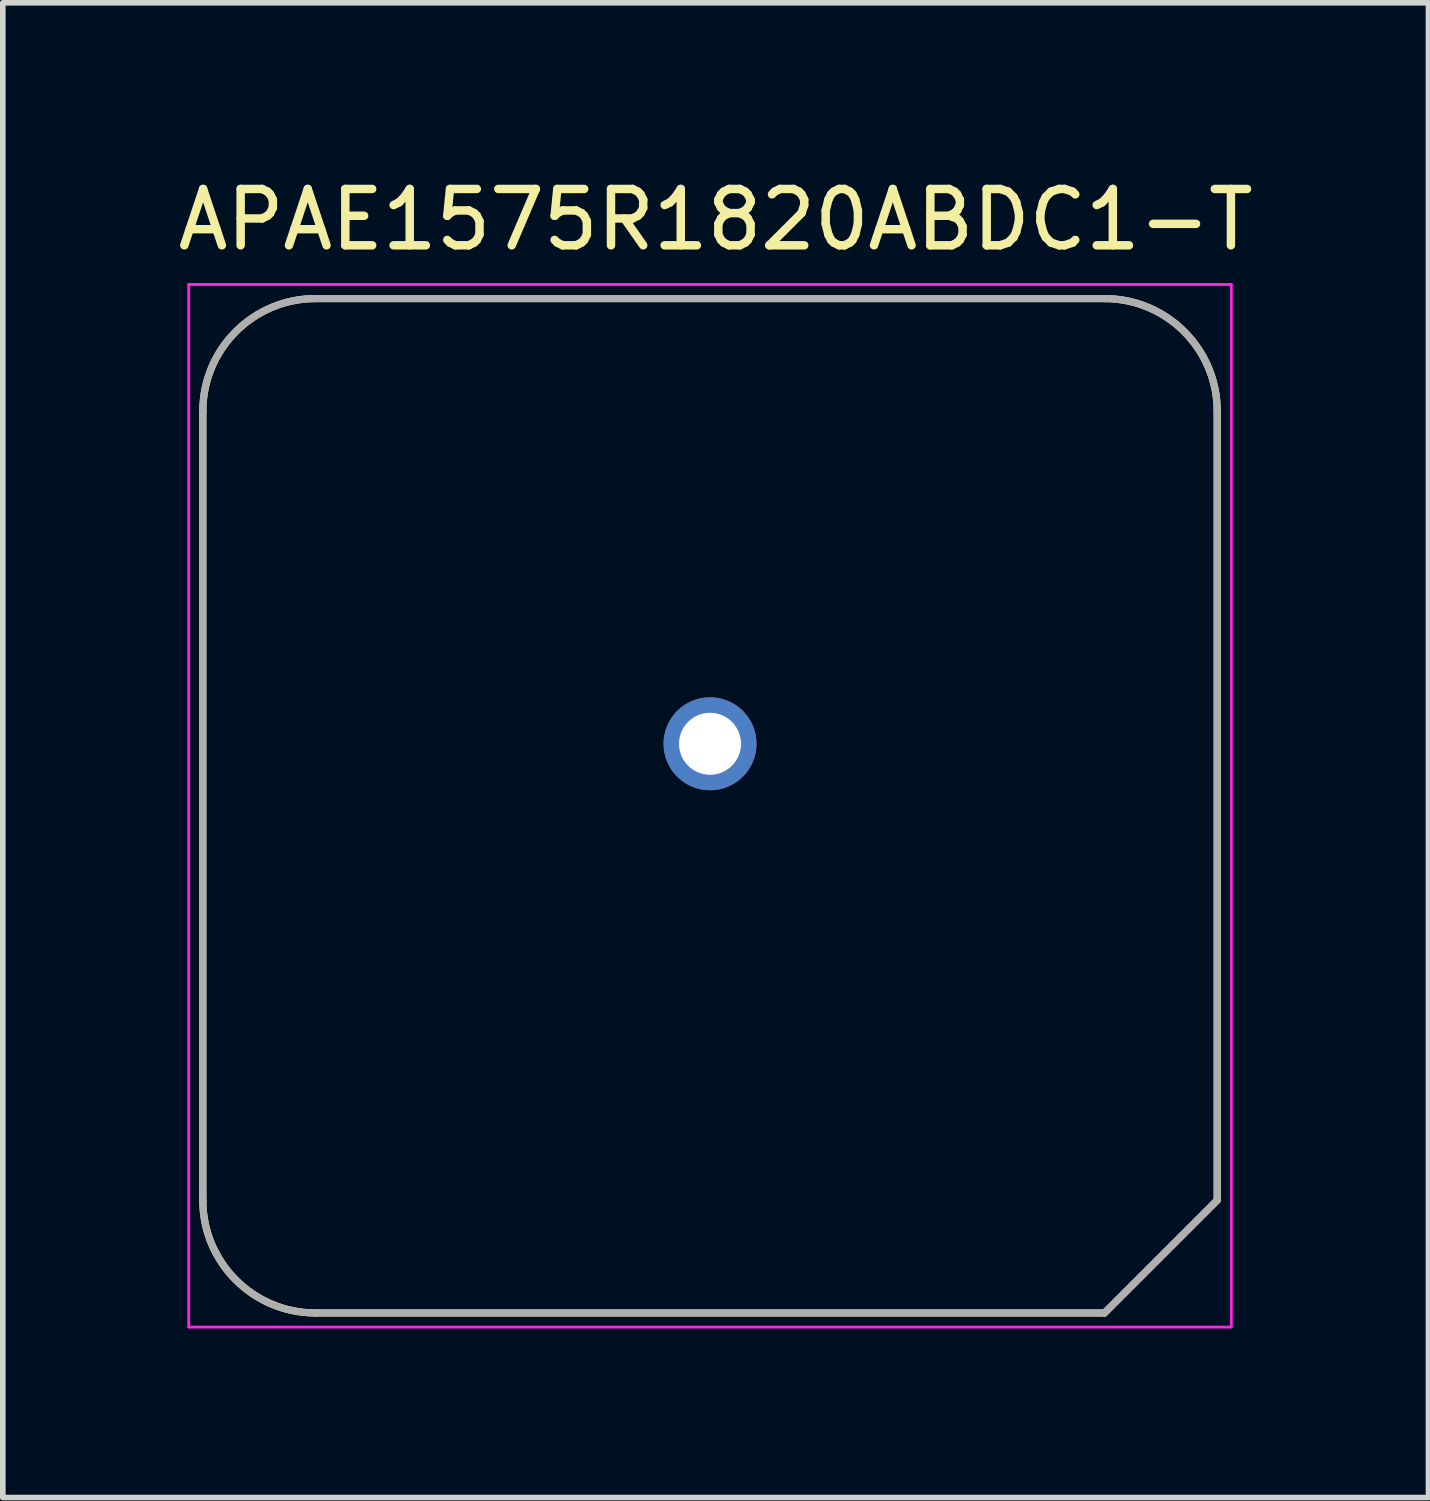
<source format=kicad_pcb>
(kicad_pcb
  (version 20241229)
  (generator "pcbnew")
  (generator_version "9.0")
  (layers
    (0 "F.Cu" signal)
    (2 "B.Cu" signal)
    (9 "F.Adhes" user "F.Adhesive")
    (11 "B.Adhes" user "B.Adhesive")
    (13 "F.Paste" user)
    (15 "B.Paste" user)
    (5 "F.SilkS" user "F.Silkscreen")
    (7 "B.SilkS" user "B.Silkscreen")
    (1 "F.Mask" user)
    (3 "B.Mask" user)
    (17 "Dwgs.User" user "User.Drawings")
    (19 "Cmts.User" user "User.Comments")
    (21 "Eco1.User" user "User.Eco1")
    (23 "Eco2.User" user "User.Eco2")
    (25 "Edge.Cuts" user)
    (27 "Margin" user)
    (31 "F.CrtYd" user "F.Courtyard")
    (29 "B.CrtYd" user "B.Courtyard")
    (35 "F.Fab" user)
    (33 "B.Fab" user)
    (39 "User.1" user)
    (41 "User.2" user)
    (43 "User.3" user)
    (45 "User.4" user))
  (footprint "APAE1575R1820ABDC1-T"
    (layer "F.Cu")
    (at 9.549 11.248)
    (property "Reference" "APAE1575R1820ABDC1-T" (at 0.1 -10.4 0) (layer "F.SilkS") (effects (font (size 1 1) (thickness 0.15))))
    (attr through_hole)
    (fp_line (start -9 -7) (end -9 7) (stroke (width 0.127) (type solid)) (layer "F.SilkS"))
    (fp_line (start -7 9) (end 7 9) (stroke (width 0.127) (type solid)) (layer "F.SilkS"))
    (fp_line (start 7 -9) (end -7 -9) (stroke (width 0.127) (type solid)) (layer "F.SilkS"))
    (fp_line (start 7 9) (end 9 7) (stroke (width 0.127) (type solid)) (layer "F.SilkS"))
    (fp_line (start 9 7) (end 9 -7) (stroke (width 0.127) (type solid)) (layer "F.SilkS"))
    (fp_arc (start -9 -7) (mid -8.414214 -8.414214) (end -7 -9) (stroke (width 0.127) (type solid)) (layer "F.SilkS"))
    (fp_arc (start -7 9) (mid -8.414214 8.414214) (end -9 7) (stroke (width 0.127) (type solid)) (layer "F.SilkS"))
    (fp_arc (start 7 -9) (mid 8.414214 -8.414214) (end 9 -7) (stroke (width 0.127) (type solid)) (layer "F.SilkS"))
    (fp_line (start -9.25 -9.25) (end -9.25 9.25) (stroke (width 0.05) (type solid)) (layer "F.CrtYd"))
    (fp_line (start -9.25 9.25) (end 9.25 9.25) (stroke (width 0.05) (type solid)) (layer "F.CrtYd"))
    (fp_line (start 9.25 -9.25) (end -9.25 -9.25) (stroke (width 0.05) (type solid)) (layer "F.CrtYd"))
    (fp_line (start 9.25 9.25) (end 9.25 -9.25) (stroke (width 0.05) (type solid)) (layer "F.CrtYd"))
    (fp_line (start -9 -7) (end -9 7) (stroke (width 0.127) (type solid)) (layer "F.Fab"))
    (fp_line (start -7 9) (end 7 9) (stroke (width 0.127) (type solid)) (layer "F.Fab"))
    (fp_line (start 7 -9) (end -7 -9) (stroke (width 0.127) (type solid)) (layer "F.Fab"))
    (fp_line (start 7 9) (end 9 7) (stroke (width 0.127) (type solid)) (layer "F.Fab"))
    (fp_line (start 9 7) (end 9 -7) (stroke (width 0.127) (type solid)) (layer "F.Fab"))
    (fp_arc (start -9 -7) (mid -8.414214 -8.414214) (end -7 -9) (stroke (width 0.127) (type solid)) (layer "F.Fab"))
    (fp_arc (start -7 9) (mid -8.414214 8.414214) (end -9 7) (stroke (width 0.127) (type solid)) (layer "F.Fab"))
    (fp_arc (start 7 -9) (mid 8.414214 -8.414214) (end 9 -7) (stroke (width 0.127) (type solid)) (layer "F.Fab"))
    (pad "1" thru_hole circle (at 0 -1.1) (size 1.65 1.65) (drill 1.1) (layers "*.Cu" "*.Mask")))
  (gr_rect
    (start -3 -3)
    (end 22.298 23.523)
    (stroke (width 0.1) (type default))
    (fill no)
    (layer "Edge.Cuts")))
</source>
